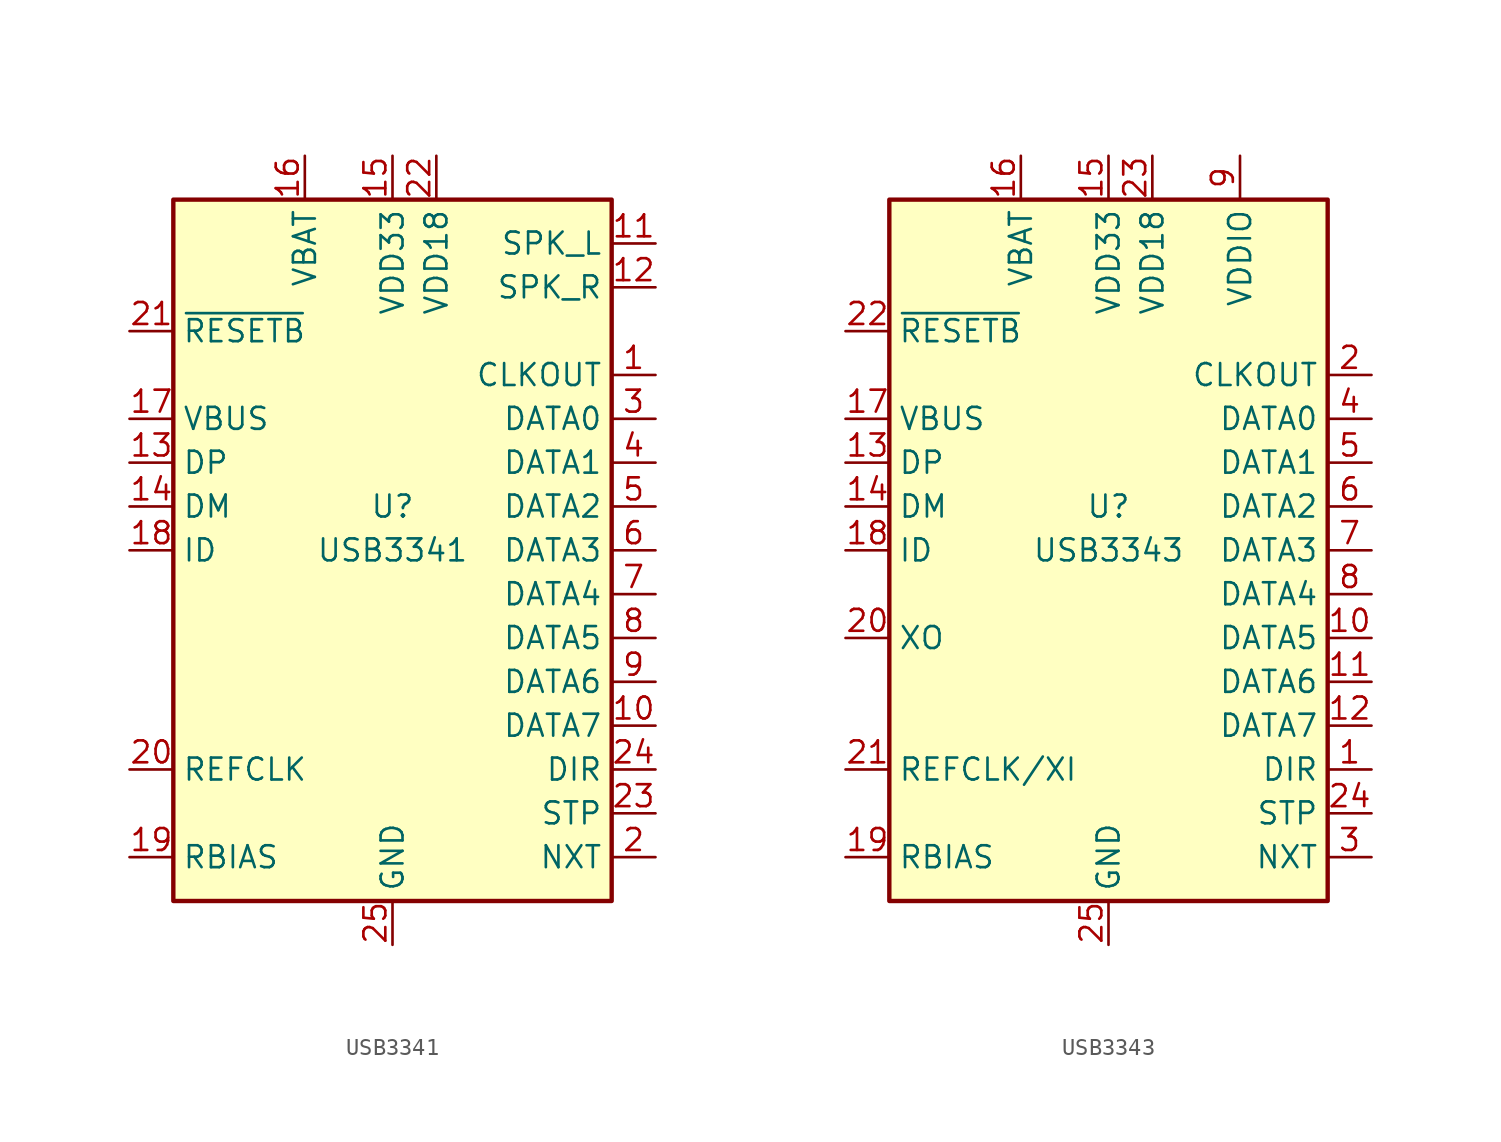
<source format=kicad_sym>
(kicad_symbol_lib
  (version 20201005)
  (generator kicad_symbol_editor)
  (symbol "USB3341"
    (property "Reference" "U"
      (at 0 2.54 0)
      (effects (font (size 1.27 1.27))))
    (property "Value" "USB3341"
      (at 0 0 0)
      (effects (font (size 1.27 1.27))))
    (symbol "USB3341_0_1"
      (rectangle (start -12.7 20.32) (end 12.7 -20.32) (stroke (width 0.254)) (fill (type background))))
    (symbol "USB3341_1_1"
      (pin output line (at 15.24 10.16 180) (length 2.54) (name "CLKOUT" (effects (font (size 1.27 1.27)))) (number "1" (effects (font (size 1.27 1.27)))))
      (pin bidirectional line (at 15.24 -10.16 180) (length 2.54) (name "DATA7" (effects (font (size 1.27 1.27)))) (number "10" (effects (font (size 1.27 1.27)))))
      (pin bidirectional line (at 15.24 17.78 180) (length 2.54) (name "SPK_L" (effects (font (size 1.27 1.27)))) (number "11" (effects (font (size 1.27 1.27)))))
      (pin bidirectional line (at 15.24 15.24 180) (length 2.54) (name "SPK_R" (effects (font (size 1.27 1.27)))) (number "12" (effects (font (size 1.27 1.27)))))
      (pin bidirectional line (at -15.24 5.08 0) (length 2.54) (name "DP" (effects (font (size 1.27 1.27)))) (number "13" (effects (font (size 1.27 1.27)))))
      (pin bidirectional line (at -15.24 2.54 0) (length 2.54) (name "DM" (effects (font (size 1.27 1.27)))) (number "14" (effects (font (size 1.27 1.27)))))
      (pin power_out line (at 0 22.86 270) (length 2.54) (name "VDD33" (effects (font (size 1.27 1.27)))) (number "15" (effects (font (size 1.27 1.27)))))
      (pin power_in line (at -5.08 22.86 270) (length 2.54) (name "VBAT" (effects (font (size 1.27 1.27)))) (number "16" (effects (font (size 1.27 1.27)))))
      (pin input line (at -15.24 7.62 0) (length 2.54) (name "VBUS" (effects (font (size 1.27 1.27)))) (number "17" (effects (font (size 1.27 1.27)))))
      (pin input line (at -15.24 0 0) (length 2.54) (name "ID" (effects (font (size 1.27 1.27)))) (number "18" (effects (font (size 1.27 1.27)))))
      (pin passive line (at -15.24 -17.78 0) (length 2.54) (name "RBIAS" (effects (font (size 1.27 1.27)))) (number "19" (effects (font (size 1.27 1.27)))))
      (pin output line (at 15.24 -17.78 180) (length 2.54) (name "NXT" (effects (font (size 1.27 1.27)))) (number "2" (effects (font (size 1.27 1.27)))))
      (pin input line (at -15.24 -12.7 0) (length 2.54) (name "REFCLK" (effects (font (size 1.27 1.27)))) (number "20" (effects (font (size 1.27 1.27)))))
      (pin input line (at -15.24 12.7 0) (length 2.54) (name "~RESETB" (effects (font (size 1.27 1.27)))) (number "21" (effects (font (size 1.27 1.27)))))
      (pin power_out line (at 2.54 22.86 270) (length 2.54) (name "VDD18" (effects (font (size 1.27 1.27)))) (number "22" (effects (font (size 1.27 1.27)))))
      (pin input line (at 15.24 -15.24 180) (length 2.54) (name "STP" (effects (font (size 1.27 1.27)))) (number "23" (effects (font (size 1.27 1.27)))))
      (pin output line (at 15.24 -12.7 180) (length 2.54) (name "DIR" (effects (font (size 1.27 1.27)))) (number "24" (effects (font (size 1.27 1.27)))))
      (pin power_in line (at 0 -22.86 90) (length 2.54) (name "GND" (effects (font (size 1.27 1.27)))) (number "25" (effects (font (size 1.27 1.27)))))
      (pin bidirectional line (at 15.24 7.62 180) (length 2.54) (name "DATA0" (effects (font (size 1.27 1.27)))) (number "3" (effects (font (size 1.27 1.27)))))
      (pin bidirectional line (at 15.24 5.08 180) (length 2.54) (name "DATA1" (effects (font (size 1.27 1.27)))) (number "4" (effects (font (size 1.27 1.27)))))
      (pin bidirectional line (at 15.24 2.54 180) (length 2.54) (name "DATA2" (effects (font (size 1.27 1.27)))) (number "5" (effects (font (size 1.27 1.27)))))
      (pin bidirectional line (at 15.24 0 180) (length 2.54) (name "DATA3" (effects (font (size 1.27 1.27)))) (number "6" (effects (font (size 1.27 1.27)))))
      (pin bidirectional line (at 15.24 -2.54 180) (length 2.54) (name "DATA4" (effects (font (size 1.27 1.27)))) (number "7" (effects (font (size 1.27 1.27)))))
      (pin bidirectional line (at 15.24 -5.08 180) (length 2.54) (name "DATA5" (effects (font (size 1.27 1.27)))) (number "8" (effects (font (size 1.27 1.27)))))
      (pin bidirectional line (at 15.24 -7.62 180) (length 2.54) (name "DATA6" (effects (font (size 1.27 1.27)))) (number "9" (effects (font (size 1.27 1.27)))))))
  (symbol "USB3343"
    (property "Reference" "U"
      (at 0 2.54 0)
      (effects (font (size 1.27 1.27))))
    (property "Value" "USB3343"
      (at 0 0 0)
      (effects (font (size 1.27 1.27))))
    (symbol "USB3343_0_1"
      (rectangle (start -12.7 20.32) (end 12.7 -20.32) (stroke (width 0.254)) (fill (type background))))
    (symbol "USB3343_1_1"
      (pin output line (at 15.24 -12.7 180) (length 2.54) (name "DIR" (effects (font (size 1.27 1.27)))) (number "1" (effects (font (size 1.27 1.27)))))
      (pin bidirectional line (at 15.24 -5.08 180) (length 2.54) (name "DATA5" (effects (font (size 1.27 1.27)))) (number "10" (effects (font (size 1.27 1.27)))))
      (pin bidirectional line (at 15.24 -7.62 180) (length 2.54) (name "DATA6" (effects (font (size 1.27 1.27)))) (number "11" (effects (font (size 1.27 1.27)))))
      (pin bidirectional line (at 15.24 -10.16 180) (length 2.54) (name "DATA7" (effects (font (size 1.27 1.27)))) (number "12" (effects (font (size 1.27 1.27)))))
      (pin bidirectional line (at -15.24 5.08 0) (length 2.54) (name "DP" (effects (font (size 1.27 1.27)))) (number "13" (effects (font (size 1.27 1.27)))))
      (pin bidirectional line (at -15.24 2.54 0) (length 2.54) (name "DM" (effects (font (size 1.27 1.27)))) (number "14" (effects (font (size 1.27 1.27)))))
      (pin power_out line (at 0 22.86 270) (length 2.54) (name "VDD33" (effects (font (size 1.27 1.27)))) (number "15" (effects (font (size 1.27 1.27)))))
      (pin power_in line (at -5.08 22.86 270) (length 2.54) (name "VBAT" (effects (font (size 1.27 1.27)))) (number "16" (effects (font (size 1.27 1.27)))))
      (pin input line (at -15.24 7.62 0) (length 2.54) (name "VBUS" (effects (font (size 1.27 1.27)))) (number "17" (effects (font (size 1.27 1.27)))))
      (pin input line (at -15.24 0 0) (length 2.54) (name "ID" (effects (font (size 1.27 1.27)))) (number "18" (effects (font (size 1.27 1.27)))))
      (pin passive line (at -15.24 -17.78 0) (length 2.54) (name "RBIAS" (effects (font (size 1.27 1.27)))) (number "19" (effects (font (size 1.27 1.27)))))
      (pin output line (at 15.24 10.16 180) (length 2.54) (name "CLKOUT" (effects (font (size 1.27 1.27)))) (number "2" (effects (font (size 1.27 1.27)))))
      (pin output line (at -15.24 -5.08 0) (length 2.54) (name "XO" (effects (font (size 1.27 1.27)))) (number "20" (effects (font (size 1.27 1.27)))))
      (pin input line (at -15.24 -12.7 0) (length 2.54) (name "REFCLK/XI" (effects (font (size 1.27 1.27)))) (number "21" (effects (font (size 1.27 1.27)))))
      (pin input line (at -15.24 12.7 0) (length 2.54) (name "~RESETB" (effects (font (size 1.27 1.27)))) (number "22" (effects (font (size 1.27 1.27)))))
      (pin power_out line (at 2.54 22.86 270) (length 2.54) (name "VDD18" (effects (font (size 1.27 1.27)))) (number "23" (effects (font (size 1.27 1.27)))))
      (pin input line (at 15.24 -15.24 180) (length 2.54) (name "STP" (effects (font (size 1.27 1.27)))) (number "24" (effects (font (size 1.27 1.27)))))
      (pin power_in line (at 0 -22.86 90) (length 2.54) (name "GND" (effects (font (size 1.27 1.27)))) (number "25" (effects (font (size 1.27 1.27)))))
      (pin output line (at 15.24 -17.78 180) (length 2.54) (name "NXT" (effects (font (size 1.27 1.27)))) (number "3" (effects (font (size 1.27 1.27)))))
      (pin bidirectional line (at 15.24 7.62 180) (length 2.54) (name "DATA0" (effects (font (size 1.27 1.27)))) (number "4" (effects (font (size 1.27 1.27)))))
      (pin bidirectional line (at 15.24 5.08 180) (length 2.54) (name "DATA1" (effects (font (size 1.27 1.27)))) (number "5" (effects (font (size 1.27 1.27)))))
      (pin bidirectional line (at 15.24 2.54 180) (length 2.54) (name "DATA2" (effects (font (size 1.27 1.27)))) (number "6" (effects (font (size 1.27 1.27)))))
      (pin bidirectional line (at 15.24 0 180) (length 2.54) (name "DATA3" (effects (font (size 1.27 1.27)))) (number "7" (effects (font (size 1.27 1.27)))))
      (pin bidirectional line (at 15.24 -2.54 180) (length 2.54) (name "DATA4" (effects (font (size 1.27 1.27)))) (number "8" (effects (font (size 1.27 1.27)))))
      (pin power_in line (at 7.62 22.86 270) (length 2.54) (name "VDDIO" (effects (font (size 1.27 1.27)))) (number "9" (effects (font (size 1.27 1.27))))))))
</source>
